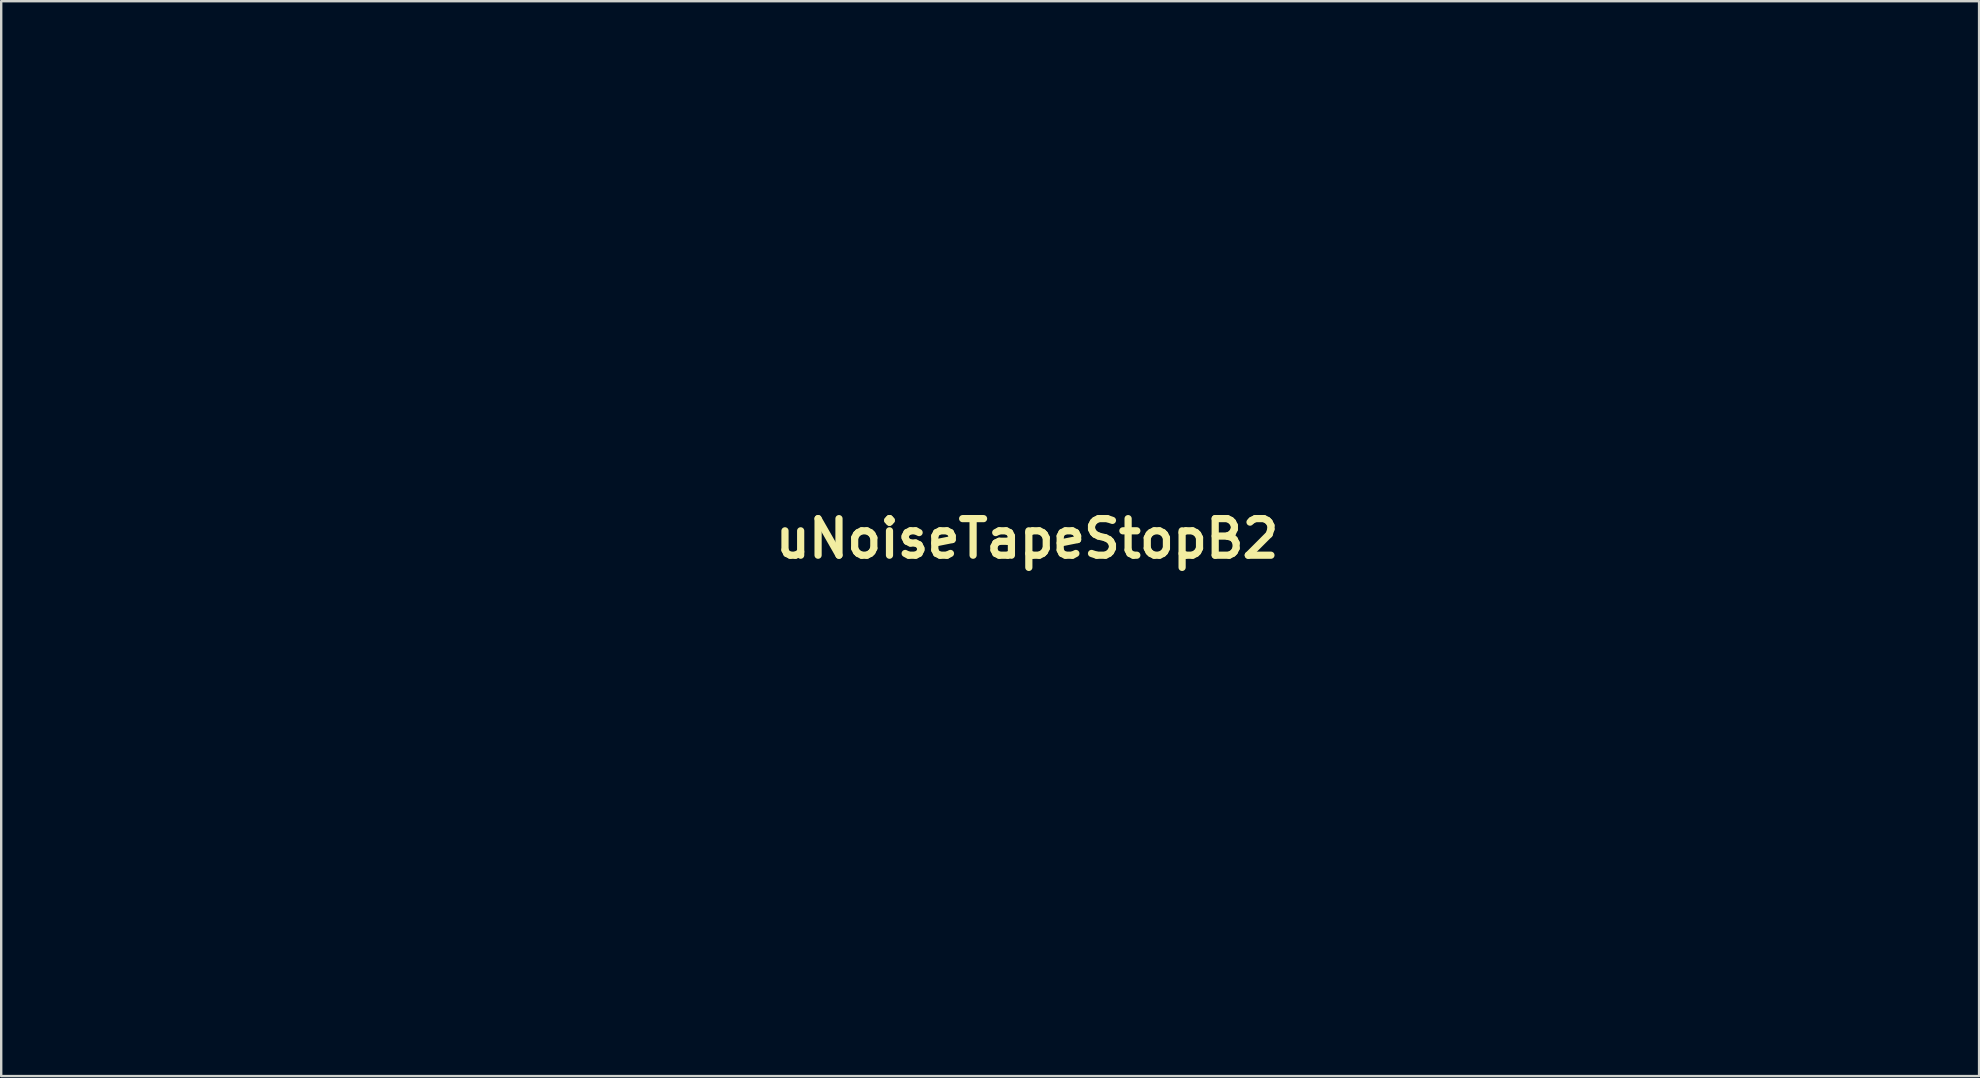
<source format=kicad_pcb>
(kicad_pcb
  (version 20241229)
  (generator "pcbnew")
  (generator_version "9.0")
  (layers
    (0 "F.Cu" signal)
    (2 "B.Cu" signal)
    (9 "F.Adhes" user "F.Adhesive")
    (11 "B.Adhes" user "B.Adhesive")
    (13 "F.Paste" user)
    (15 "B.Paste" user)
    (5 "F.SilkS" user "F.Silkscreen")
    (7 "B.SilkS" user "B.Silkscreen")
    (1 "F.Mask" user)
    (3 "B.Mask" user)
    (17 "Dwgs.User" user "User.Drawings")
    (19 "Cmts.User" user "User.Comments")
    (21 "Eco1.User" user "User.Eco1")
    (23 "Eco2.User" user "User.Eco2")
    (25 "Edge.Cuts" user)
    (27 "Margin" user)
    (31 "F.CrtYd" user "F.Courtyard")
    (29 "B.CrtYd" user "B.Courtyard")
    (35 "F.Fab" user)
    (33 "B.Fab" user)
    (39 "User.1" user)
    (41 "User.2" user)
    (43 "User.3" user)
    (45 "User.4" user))
  (footprint "uNoiseTapeStopB2"
    (layer "F.Cu")
    (at 39.745 19.394)
    (property "Reference" "uNoiseTapeStopB2" (at 0 0 0) (layer "F.SilkS") (effects (font (size 1.524 1.524) (thickness 0.3))))
    (attr through_hole)
    (fp_poly (pts (xy -29.231 16.658) (xy -31.538 16.658) (xy -31.538 11.853) (xy -29.231 11.853) (xy -29.231 16.658)) (stroke (width 0.01) (type solid)) (fill yes) (layer "B.Mask"))
    (fp_poly (pts (xy -25.95 -6.964) (xy -30.755 -6.964) (xy -30.755 -9.292) (xy -25.95 -9.292) (xy -25.95 -6.964)) (stroke (width 0.01) (type solid)) (fill yes) (layer "B.Mask"))
    (fp_poly (pts (xy -25.718 16.658) (xy -28.046 16.658) (xy -28.046 11.853) (xy -25.718 11.853) (xy -25.718 16.658)) (stroke (width 0.01) (type solid)) (fill yes) (layer "B.Mask"))
    (fp_poly (pts (xy -11.43 -6.964) (xy -16.235 -6.964) (xy -16.235 -9.292) (xy -11.43 -9.292) (xy -11.43 -6.964)) (stroke (width 0.01) (type solid)) (fill yes) (layer "B.Mask"))
    (fp_poly (pts (xy 19.198 -6.964) (xy 14.161 -6.964) (xy 14.161 -9.292) (xy 19.198 -9.292) (xy 19.198 -6.964)) (stroke (width 0.01) (type solid)) (fill yes) (layer "B.Mask"))
    (fp_poly (pts (xy 30.671 16.256) (xy 28.342 16.256) (xy 28.342 11.451) (xy 30.671 11.451) (xy 30.671 16.256)) (stroke (width 0.01) (type solid)) (fill yes) (layer "B.Mask"))
    (fp_poly (pts (xy 36.195 -6.964) (xy 31.178 -6.964) (xy 31.178 -9.292) (xy 36.195 -9.292) (xy 36.195 -6.964)) (stroke (width 0.01) (type solid)) (fill yes) (layer "B.Mask"))
    (fp_poly (pts (xy 36.661 16.256) (xy 34.353 16.256) (xy 34.353 11.451) (xy 36.661 11.451) (xy 36.661 16.256)) (stroke (width 0.01) (type solid)) (fill yes) (layer "B.Mask"))
    (fp_poly (pts (xy -38.221 -19.368) (xy -38.215 -19.306) (xy -38.211 -19.203) (xy -38.208 -19.062) (xy -38.206 -18.884) (xy -38.206 -18.668) (xy -38.206 -18.659) (xy -38.206 -17.928) (xy -36.094 -17.923) (xy -33.983 -17.917) (xy -38.206 -17.907) (xy -38.206 -16.605) (xy -38.206 -16.303) (xy -38.207 -16.04) (xy -38.209 -15.816) (xy -38.211 -15.632) (xy -38.214 -15.488) (xy -38.218 -15.385) (xy -38.222 -15.323) (xy -38.227 -15.303) (xy -38.232 -15.325) (xy -38.236 -15.387) (xy -38.24 -15.492) (xy -38.243 -15.637) (xy -38.245 -15.822) (xy -38.247 -16.047) (xy -38.248 -16.312) (xy -38.248 -16.605) (xy -38.248 -17.906) (xy -38.994 -17.912) (xy -39.74 -17.918) (xy -38.994 -17.923) (xy -38.248 -17.928) (xy -38.248 -18.658) (xy -38.248 -18.875) (xy -38.246 -19.056) (xy -38.243 -19.198) (xy -38.239 -19.302) (xy -38.234 -19.366) (xy -38.227 -19.389) (xy -38.227 -19.389) (xy -38.221 -19.368)) (stroke (width 0.01) (type solid)) (fill yes) (layer "B.Mask"))
    (fp_poly (pts (xy 0.162 14.923) (xy 0.299 14.938) (xy 0.376 14.955) (xy 0.556 15.026) (xy 0.728 15.129) (xy 0.882 15.258) (xy 1.009 15.404) (xy 1.074 15.509) (xy 1.159 15.709) (xy 1.206 15.918) (xy 1.216 16.128) (xy 1.189 16.335) (xy 1.126 16.531) (xy 1.036 16.697) (xy 0.897 16.87) (xy 0.733 17.011) (xy 0.549 17.119) (xy 0.35 17.191) (xy 0.141 17.226) (xy -0.074 17.222) (xy -0.219 17.196) (xy -0.417 17.127) (xy -0.597 17.023) (xy -0.756 16.889) (xy -0.888 16.728) (xy -0.992 16.547) (xy -1.063 16.349) (xy -1.097 16.14) (xy -1.1 16.064) (xy -1.09 15.942) (xy -1.063 15.803) (xy -1.023 15.663) (xy -0.974 15.54) (xy -0.958 15.51) (xy -0.853 15.355) (xy -0.714 15.214) (xy -0.551 15.093) (xy -0.371 14.999) (xy -0.248 14.955) (xy -0.128 14.931) (xy 0.014 14.921) (xy 0.162 14.923)) (stroke (width 0.01) (type solid)) (fill yes) (layer "B.Mask"))
    (fp_poly (pts (xy 3.945 14.936) (xy 4.147 14.991) (xy 4.333 15.084) (xy 4.504 15.216) (xy 4.553 15.263) (xy 4.691 15.43) (xy 4.791 15.608) (xy 4.855 15.795) (xy 4.885 15.985) (xy 4.883 16.175) (xy 4.85 16.361) (xy 4.788 16.539) (xy 4.698 16.705) (xy 4.582 16.855) (xy 4.443 16.985) (xy 4.281 17.091) (xy 4.099 17.17) (xy 3.897 17.216) (xy 3.715 17.228) (xy 3.618 17.223) (xy 3.52 17.211) (xy 3.456 17.199) (xy 3.271 17.134) (xy 3.092 17.034) (xy 2.93 16.906) (xy 2.795 16.756) (xy 2.761 16.708) (xy 2.663 16.528) (xy 2.602 16.34) (xy 2.578 16.134) (xy 2.577 16.087) (xy 2.593 15.865) (xy 2.643 15.665) (xy 2.73 15.483) (xy 2.856 15.314) (xy 2.913 15.253) (xy 3.08 15.112) (xy 3.26 15.01) (xy 3.456 14.946) (xy 3.671 14.92) (xy 3.723 14.918) (xy 3.945 14.936)) (stroke (width 0.01) (type solid)) (fill yes) (layer "B.Mask"))
    (fp_poly (pts (xy 14.04 16.2) (xy 14.271 16.256) (xy 14.494 16.347) (xy 14.704 16.473) (xy 14.898 16.635) (xy 14.911 16.647) (xy 15.08 16.844) (xy 15.21 17.057) (xy 15.302 17.288) (xy 15.356 17.537) (xy 15.373 17.78) (xy 15.367 17.967) (xy 15.346 18.129) (xy 15.305 18.282) (xy 15.241 18.443) (xy 15.204 18.521) (xy 15.156 18.613) (xy 15.111 18.688) (xy 15.058 18.758) (xy 14.99 18.834) (xy 14.903 18.923) (xy 14.731 19.077) (xy 14.559 19.195) (xy 14.375 19.283) (xy 14.173 19.347) (xy 14.007 19.376) (xy 13.82 19.388) (xy 13.63 19.383) (xy 13.453 19.362) (xy 13.377 19.345) (xy 13.135 19.261) (xy 12.911 19.141) (xy 12.709 18.987) (xy 12.534 18.804) (xy 12.388 18.595) (xy 12.299 18.415) (xy 12.219 18.174) (xy 12.179 17.924) (xy 12.178 17.671) (xy 12.216 17.42) (xy 12.292 17.177) (xy 12.403 16.954) (xy 12.548 16.748) (xy 12.719 16.573) (xy 12.911 16.429) (xy 13.119 16.318) (xy 13.341 16.238) (xy 13.571 16.192) (xy 13.806 16.179) (xy 14.04 16.2)) (stroke (width 0.01) (type solid)) (fill yes) (layer "B.Mask"))
    (fp_poly (pts (xy 19.01 16.195) (xy 19.253 16.25) (xy 19.489 16.344) (xy 19.68 16.454) (xy 19.874 16.607) (xy 20.039 16.788) (xy 20.173 16.991) (xy 20.275 17.212) (xy 20.343 17.445) (xy 20.377 17.687) (xy 20.375 17.932) (xy 20.335 18.177) (xy 20.256 18.415) (xy 20.256 18.415) (xy 20.137 18.643) (xy 19.984 18.847) (xy 19.803 19.024) (xy 19.596 19.17) (xy 19.367 19.282) (xy 19.168 19.346) (xy 19.002 19.376) (xy 18.815 19.388) (xy 18.624 19.383) (xy 18.447 19.362) (xy 18.373 19.346) (xy 18.167 19.279) (xy 17.983 19.187) (xy 17.808 19.065) (xy 17.652 18.923) (xy 17.561 18.831) (xy 17.494 18.756) (xy 17.442 18.686) (xy 17.396 18.61) (xy 17.351 18.521) (xy 17.275 18.352) (xy 17.224 18.197) (xy 17.195 18.041) (xy 17.182 17.867) (xy 17.181 17.78) (xy 17.201 17.513) (xy 17.259 17.266) (xy 17.354 17.037) (xy 17.488 16.825) (xy 17.644 16.647) (xy 17.839 16.481) (xy 18.053 16.35) (xy 18.281 16.256) (xy 18.52 16.198) (xy 18.764 16.178) (xy 19.01 16.195)) (stroke (width 0.01) (type solid)) (fill yes) (layer "B.Mask"))
    (fp_poly (pts (xy -19.987 16.2) (xy -19.762 16.245) (xy -19.553 16.324) (xy -19.352 16.437) (xy -19.294 16.477) (xy -19.112 16.631) (xy -18.952 16.816) (xy -18.819 17.023) (xy -18.718 17.245) (xy -18.657 17.461) (xy -18.627 17.713) (xy -18.637 17.969) (xy -18.684 18.22) (xy -18.768 18.459) (xy -18.81 18.545) (xy -18.936 18.743) (xy -19.094 18.924) (xy -19.277 19.082) (xy -19.48 19.212) (xy -19.694 19.308) (xy -19.865 19.357) (xy -20.001 19.377) (xy -20.159 19.386) (xy -20.322 19.385) (xy -20.477 19.374) (xy -20.608 19.352) (xy -20.627 19.347) (xy -20.875 19.26) (xy -21.102 19.139) (xy -21.303 18.985) (xy -21.477 18.8) (xy -21.621 18.589) (xy -21.706 18.415) (xy -21.768 18.239) (xy -21.805 18.054) (xy -21.821 17.847) (xy -21.822 17.778) (xy -21.809 17.549) (xy -21.767 17.339) (xy -21.692 17.131) (xy -21.649 17.039) (xy -21.556 16.886) (xy -21.433 16.731) (xy -21.289 16.586) (xy -21.136 16.461) (xy -20.986 16.367) (xy -20.794 16.28) (xy -20.612 16.223) (xy -20.423 16.193) (xy -20.235 16.185) (xy -19.987 16.2)) (stroke (width 0.01) (type solid)) (fill yes) (layer "B.Mask"))
    (fp_poly (pts (xy 23.99 16.193) (xy 24.225 16.241) (xy 24.449 16.324) (xy 24.659 16.44) (xy 24.849 16.587) (xy 25.017 16.765) (xy 25.159 16.973) (xy 25.211 17.071) (xy 25.293 17.263) (xy 25.346 17.446) (xy 25.372 17.634) (xy 25.375 17.842) (xy 25.373 17.874) (xy 25.341 18.135) (xy 25.27 18.379) (xy 25.164 18.604) (xy 25.023 18.807) (xy 24.85 18.987) (xy 24.646 19.14) (xy 24.413 19.264) (xy 24.256 19.326) (xy 24.156 19.35) (xy 24.026 19.369) (xy 23.879 19.38) (xy 23.728 19.384) (xy 23.585 19.38) (xy 23.463 19.367) (xy 23.421 19.359) (xy 23.183 19.284) (xy 22.961 19.173) (xy 22.759 19.03) (xy 22.581 18.859) (xy 22.431 18.663) (xy 22.313 18.448) (xy 22.231 18.217) (xy 22.214 18.145) (xy 22.2 18.06) (xy 22.19 17.95) (xy 22.184 17.833) (xy 22.183 17.778) (xy 22.196 17.549) (xy 22.238 17.339) (xy 22.313 17.131) (xy 22.356 17.039) (xy 22.449 16.886) (xy 22.572 16.732) (xy 22.715 16.587) (xy 22.868 16.462) (xy 23.019 16.368) (xy 23.259 16.266) (xy 23.503 16.204) (xy 23.748 16.18) (xy 23.99 16.193)) (stroke (width 0.01) (type solid)) (fill yes) (layer "B.Mask"))
    (fp_poly (pts (xy -15.01 16.195) (xy -14.823 16.228) (xy -14.641 16.288) (xy -14.469 16.367) (xy -14.316 16.463) (xy -14.162 16.589) (xy -14.019 16.734) (xy -13.896 16.888) (xy -13.805 17.039) (xy -13.715 17.25) (xy -13.659 17.458) (xy -13.634 17.677) (xy -13.632 17.778) (xy -13.643 18.005) (xy -13.678 18.206) (xy -13.737 18.389) (xy -13.75 18.421) (xy -13.875 18.654) (xy -14.031 18.86) (xy -14.216 19.038) (xy -14.428 19.184) (xy -14.664 19.296) (xy -14.721 19.317) (xy -14.8 19.342) (xy -14.872 19.359) (xy -14.948 19.37) (xy -15.043 19.377) (xy -15.166 19.381) (xy -15.177 19.381) (xy -15.355 19.381) (xy -15.496 19.373) (xy -15.599 19.357) (xy -15.819 19.287) (xy -16.031 19.18) (xy -16.229 19.041) (xy -16.407 18.876) (xy -16.557 18.69) (xy -16.644 18.545) (xy -16.742 18.313) (xy -16.803 18.066) (xy -16.828 17.811) (xy -16.813 17.557) (xy -16.798 17.461) (xy -16.732 17.234) (xy -16.63 17.013) (xy -16.495 16.806) (xy -16.334 16.623) (xy -16.16 16.477) (xy -15.959 16.353) (xy -15.754 16.264) (xy -15.534 16.21) (xy -15.293 16.186) (xy -15.219 16.185) (xy -15.01 16.195)) (stroke (width 0.01) (type solid)) (fill yes) (layer "B.Mask"))
    (fp_poly (pts (xy -10.01 16.193) (xy -9.773 16.243) (xy -9.548 16.328) (xy -9.339 16.445) (xy -9.149 16.592) (xy -8.983 16.768) (xy -8.842 16.971) (xy -8.733 17.198) (xy -8.674 17.375) (xy -8.647 17.52) (xy -8.632 17.69) (xy -8.63 17.868) (xy -8.642 18.037) (xy -8.665 18.172) (xy -8.691 18.257) (xy -8.73 18.363) (xy -8.776 18.472) (xy -8.799 18.521) (xy -8.847 18.613) (xy -8.893 18.689) (xy -8.946 18.76) (xy -9.015 18.836) (xy -9.1 18.924) (xy -9.198 19.018) (xy -9.279 19.089) (xy -9.355 19.144) (xy -9.437 19.192) (xy -9.483 19.215) (xy -9.682 19.301) (xy -9.875 19.356) (xy -10.078 19.383) (xy -10.232 19.387) (xy -10.393 19.381) (xy -10.537 19.364) (xy -10.617 19.349) (xy -10.855 19.269) (xy -11.076 19.152) (xy -11.277 19.002) (xy -11.453 18.823) (xy -11.601 18.618) (xy -11.705 18.415) (xy -11.761 18.264) (xy -11.798 18.118) (xy -11.82 17.956) (xy -11.824 17.896) (xy -11.822 17.641) (xy -11.78 17.394) (xy -11.702 17.159) (xy -11.591 16.941) (xy -11.448 16.742) (xy -11.276 16.568) (xy -11.079 16.421) (xy -10.858 16.306) (xy -10.756 16.268) (xy -10.505 16.203) (xy -10.255 16.179) (xy -10.01 16.193)) (stroke (width 0.01) (type solid)) (fill yes) (layer "B.Mask"))
    (fp_poly (pts (xy -2.647 -7.712) (xy -2.604 -7.706) (xy -2.339 -7.644) (xy -2.086 -7.545) (xy -1.847 -7.411) (xy -1.627 -7.247) (xy -1.431 -7.057) (xy -1.263 -6.843) (xy -1.128 -6.61) (xy -1.049 -6.421) (xy -0.988 -6.222) (xy -0.951 -6.033) (xy -0.935 -5.838) (xy -0.937 -5.642) (xy -0.968 -5.349) (xy -1.035 -5.078) (xy -1.139 -4.826) (xy -1.282 -4.59) (xy -1.463 -4.37) (xy -1.47 -4.363) (xy -1.685 -4.164) (xy -1.916 -4.003) (xy -2.165 -3.88) (xy -2.435 -3.792) (xy -2.601 -3.756) (xy -2.765 -3.736) (xy -2.945 -3.729) (xy -3.121 -3.734) (xy -3.259 -3.749) (xy -3.525 -3.814) (xy -3.785 -3.916) (xy -4.03 -4.052) (xy -4.254 -4.217) (xy -4.45 -4.407) (xy -4.487 -4.45) (xy -4.591 -4.593) (xy -4.692 -4.763) (xy -4.782 -4.946) (xy -4.854 -5.128) (xy -4.893 -5.26) (xy -4.919 -5.409) (xy -4.935 -5.582) (xy -4.94 -5.764) (xy -4.934 -5.94) (xy -4.916 -6.096) (xy -4.906 -6.149) (xy -4.822 -6.428) (xy -4.703 -6.688) (xy -4.549 -6.926) (xy -4.364 -7.14) (xy -4.151 -7.325) (xy -3.912 -7.481) (xy -3.649 -7.603) (xy -3.499 -7.654) (xy -3.353 -7.687) (xy -3.18 -7.711) (xy -2.996 -7.723) (xy -2.813 -7.724) (xy -2.647 -7.712)) (stroke (width 0.01) (type solid)) (fill yes) (layer "B.Mask"))
    (fp_poly (pts (xy 7.254 -7.715) (xy 7.432 -7.695) (xy 7.587 -7.665) (xy 7.626 -7.654) (xy 7.903 -7.551) (xy 8.155 -7.413) (xy 8.383 -7.241) (xy 8.511 -7.118) (xy 8.7 -6.891) (xy 8.85 -6.647) (xy 8.963 -6.387) (xy 9.036 -6.114) (xy 9.07 -5.831) (xy 9.063 -5.54) (xy 9.016 -5.244) (xy 9.004 -5.196) (xy 8.964 -5.073) (xy 8.903 -4.93) (xy 8.828 -4.78) (xy 8.745 -4.636) (xy 8.661 -4.511) (xy 8.637 -4.48) (xy 8.558 -4.388) (xy 8.464 -4.291) (xy 8.373 -4.206) (xy 8.356 -4.192) (xy 8.229 -4.098) (xy 8.074 -4.005) (xy 7.905 -3.918) (xy 7.736 -3.844) (xy 7.581 -3.792) (xy 7.567 -3.788) (xy 7.421 -3.759) (xy 7.249 -3.741) (xy 7.068 -3.733) (xy 6.892 -3.736) (xy 6.737 -3.752) (xy 6.705 -3.757) (xy 6.42 -3.831) (xy 6.158 -3.94) (xy 5.916 -4.086) (xy 5.691 -4.27) (xy 5.597 -4.363) (xy 5.413 -4.585) (xy 5.268 -4.824) (xy 5.162 -5.079) (xy 5.094 -5.352) (xy 5.065 -5.63) (xy 5.062 -5.83) (xy 5.074 -6.005) (xy 5.102 -6.168) (xy 5.148 -6.335) (xy 5.163 -6.38) (xy 5.273 -6.639) (xy 5.417 -6.878) (xy 5.592 -7.094) (xy 5.795 -7.283) (xy 6.021 -7.444) (xy 6.266 -7.571) (xy 6.528 -7.663) (xy 6.731 -7.706) (xy 6.889 -7.722) (xy 7.069 -7.725) (xy 7.254 -7.715)) (stroke (width 0.01) (type solid)) (fill yes) (layer "B.Mask")))
  (gr_rect
    (start -3 -3)
    (end 79.411 41.787)
    (stroke (width 0.1) (type default))
    (fill no)
    (layer "Edge.Cuts")))
</source>
